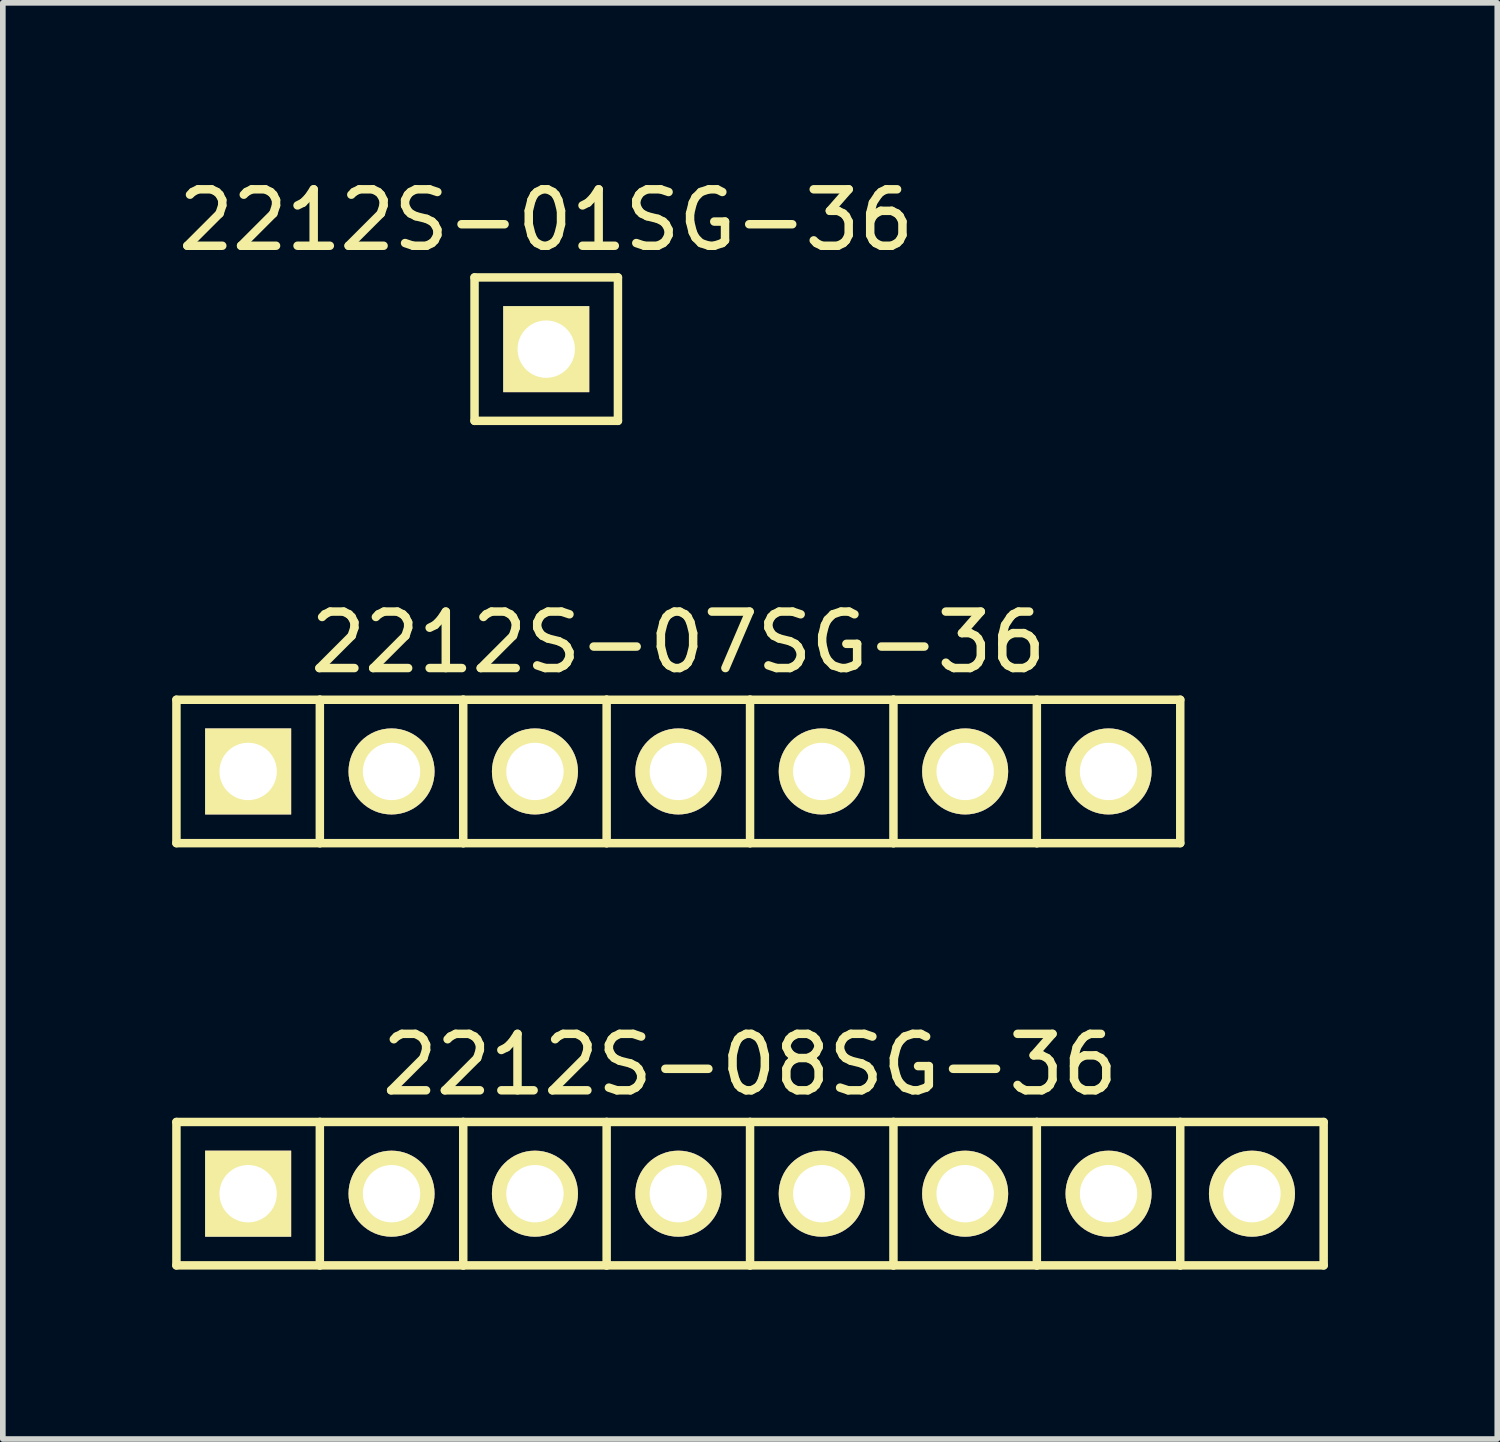
<source format=kicad_pcb>
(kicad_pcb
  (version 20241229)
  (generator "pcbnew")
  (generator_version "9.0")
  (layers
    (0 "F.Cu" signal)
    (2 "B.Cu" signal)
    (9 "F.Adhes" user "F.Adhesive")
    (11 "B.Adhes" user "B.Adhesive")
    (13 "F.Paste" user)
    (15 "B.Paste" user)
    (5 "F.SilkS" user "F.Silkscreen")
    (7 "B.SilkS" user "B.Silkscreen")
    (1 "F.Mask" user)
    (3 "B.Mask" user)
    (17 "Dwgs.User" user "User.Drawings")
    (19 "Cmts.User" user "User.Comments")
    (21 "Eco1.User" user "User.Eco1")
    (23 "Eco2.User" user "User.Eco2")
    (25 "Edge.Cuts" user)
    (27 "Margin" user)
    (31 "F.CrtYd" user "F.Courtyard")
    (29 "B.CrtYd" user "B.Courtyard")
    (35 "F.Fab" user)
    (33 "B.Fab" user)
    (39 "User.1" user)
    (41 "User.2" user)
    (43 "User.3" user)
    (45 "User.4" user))
  (footprint "2212S-01SG-36"
    (layer "F.Cu")
    (at 6.625 3.134)
    (property "Reference" "2212S-01SG-36" (at 0 -2.286 0) (layer "F.SilkS") (effects (font (size 1 1) (thickness 0.15))))
    (attr through_hole)
    (fp_line (start -1.27 -1.27) (end -1.27 1.27) (stroke (width 0.15) (type solid)) (layer "F.SilkS"))
    (fp_line (start -1.27 1.27) (end 1.27 1.27) (stroke (width 0.15) (type solid)) (layer "F.SilkS"))
    (fp_line (start 1.27 -1.27) (end -1.27 -1.27) (stroke (width 0.15) (type solid)) (layer "F.SilkS"))
    (fp_line (start 1.27 1.27) (end 1.27 -1.27) (stroke (width 0.15) (type solid)) (layer "F.SilkS"))
    (pad "1" thru_hole rect (at 0 0) (size 1.524 1.524) (drill 1.016) (layers "*.Cu" "*.Mask" "F.SilkS")))
  (footprint "2212S-08SG-36"
    (layer "F.Cu")
    (at 10.235 18.093)
    (property "Reference" "2212S-08SG-36" (at 0 -2.286 0) (layer "F.SilkS") (effects (font (size 1 1) (thickness 0.15))))
    (attr through_hole)
    (fp_line (start -10.16 -1.27) (end -10.16 1.27) (stroke (width 0.15) (type solid)) (layer "F.SilkS"))
    (fp_line (start -10.16 1.27) (end -7.62 1.27) (stroke (width 0.15) (type solid)) (layer "F.SilkS"))
    (fp_line (start -7.62 -1.27) (end -10.16 -1.27) (stroke (width 0.15) (type solid)) (layer "F.SilkS"))
    (fp_line (start -7.62 -1.27) (end -7.62 1.27) (stroke (width 0.15) (type solid)) (layer "F.SilkS"))
    (fp_line (start -7.62 1.27) (end -5.08 1.27) (stroke (width 0.15) (type solid)) (layer "F.SilkS"))
    (fp_line (start -5.08 -1.27) (end -7.62 -1.27) (stroke (width 0.15) (type solid)) (layer "F.SilkS"))
    (fp_line (start -5.08 -1.27) (end -5.08 1.27) (stroke (width 0.15) (type solid)) (layer "F.SilkS"))
    (fp_line (start -5.08 1.27) (end -2.54 1.27) (stroke (width 0.15) (type solid)) (layer "F.SilkS"))
    (fp_line (start -2.54 -1.27) (end -5.08 -1.27) (stroke (width 0.15) (type solid)) (layer "F.SilkS"))
    (fp_line (start -2.54 -1.27) (end -2.54 1.27) (stroke (width 0.15) (type solid)) (layer "F.SilkS"))
    (fp_line (start -2.54 1.27) (end 0 1.27) (stroke (width 0.15) (type solid)) (layer "F.SilkS"))
    (fp_line (start 0 -1.27) (end -2.54 -1.27) (stroke (width 0.15) (type solid)) (layer "F.SilkS"))
    (fp_line (start 0 1.27) (end 0 -1.27) (stroke (width 0.15) (type solid)) (layer "F.SilkS"))
    (fp_line (start 0 1.27) (end 2.54 1.27) (stroke (width 0.15) (type solid)) (layer "F.SilkS"))
    (fp_line (start 2.54 -1.27) (end 0 -1.27) (stroke (width 0.15) (type solid)) (layer "F.SilkS"))
    (fp_line (start 2.54 1.27) (end 2.54 -1.27) (stroke (width 0.15) (type solid)) (layer "F.SilkS"))
    (fp_line (start 2.54 1.27) (end 5.08 1.27) (stroke (width 0.15) (type solid)) (layer "F.SilkS"))
    (fp_line (start 5.08 -1.27) (end 2.54 -1.27) (stroke (width 0.15) (type solid)) (layer "F.SilkS"))
    (fp_line (start 5.08 -1.27) (end 5.08 1.27) (stroke (width 0.15) (type solid)) (layer "F.SilkS"))
    (fp_line (start 5.08 1.27) (end 7.62 1.27) (stroke (width 0.15) (type solid)) (layer "F.SilkS"))
    (fp_line (start 7.62 -1.27) (end 5.08 -1.27) (stroke (width 0.15) (type solid)) (layer "F.SilkS"))
    (fp_line (start 7.62 1.27) (end 7.62 -1.27) (stroke (width 0.15) (type solid)) (layer "F.SilkS"))
    (fp_line (start 7.62 1.27) (end 10.16 1.27) (stroke (width 0.15) (type solid)) (layer "F.SilkS"))
    (fp_line (start 10.16 -1.27) (end 7.62 -1.27) (stroke (width 0.15) (type solid)) (layer "F.SilkS"))
    (fp_line (start 10.16 1.27) (end 10.16 -1.27) (stroke (width 0.15) (type solid)) (layer "F.SilkS"))
    (pad "1" thru_hole rect (at -8.89 0) (size 1.524 1.524) (drill 1.016) (layers "*.Cu" "*.Mask" "F.SilkS"))
    (pad "2" thru_hole circle (at -6.35 0) (size 1.524 1.524) (drill 1.016) (layers "*.Cu" "*.Mask" "F.SilkS"))
    (pad "3" thru_hole circle (at -3.81 0) (size 1.524 1.524) (drill 1.016) (layers "*.Cu" "*.Mask" "F.SilkS"))
    (pad "4" thru_hole circle (at -1.27 0) (size 1.524 1.524) (drill 1.016) (layers "*.Cu" "*.Mask" "F.SilkS"))
    (pad "5" thru_hole circle (at 1.27 0) (size 1.524 1.524) (drill 1.016) (layers "*.Cu" "*.Mask" "F.SilkS"))
    (pad "6" thru_hole circle (at 3.81 0) (size 1.524 1.524) (drill 1.016) (layers "*.Cu" "*.Mask" "F.SilkS"))
    (pad "7" thru_hole circle (at 6.35 0) (size 1.524 1.524) (drill 1.016) (layers "*.Cu" "*.Mask" "F.SilkS"))
    (pad "8" thru_hole circle (at 8.89 0) (size 1.524 1.524) (drill 1.016) (layers "*.Cu" "*.Mask" "F.SilkS")))
  (footprint "2212S-07SG-36"
    (layer "F.Cu")
    (at 8.965 10.614)
    (property "Reference" "2212S-07SG-36" (at 0 -2.286 0) (layer "F.SilkS") (effects (font (size 1 1) (thickness 0.15))))
    (attr through_hole)
    (fp_line (start -8.89 -1.27) (end -8.89 1.27) (stroke (width 0.15) (type solid)) (layer "F.SilkS"))
    (fp_line (start -8.89 1.27) (end -6.35 1.27) (stroke (width 0.15) (type solid)) (layer "F.SilkS"))
    (fp_line (start -6.35 -1.27) (end -8.89 -1.27) (stroke (width 0.15) (type solid)) (layer "F.SilkS"))
    (fp_line (start -6.35 -1.27) (end -6.35 1.27) (stroke (width 0.15) (type solid)) (layer "F.SilkS"))
    (fp_line (start -6.35 1.27) (end -3.81 1.27) (stroke (width 0.15) (type solid)) (layer "F.SilkS"))
    (fp_line (start -3.81 -1.27) (end -6.35 -1.27) (stroke (width 0.15) (type solid)) (layer "F.SilkS"))
    (fp_line (start -3.81 -1.27) (end -3.81 1.27) (stroke (width 0.15) (type solid)) (layer "F.SilkS"))
    (fp_line (start -3.81 1.27) (end -1.27 1.27) (stroke (width 0.15) (type solid)) (layer "F.SilkS"))
    (fp_line (start -1.27 -1.27) (end -3.81 -1.27) (stroke (width 0.15) (type solid)) (layer "F.SilkS"))
    (fp_line (start -1.27 -1.27) (end -1.27 1.27) (stroke (width 0.15) (type solid)) (layer "F.SilkS"))
    (fp_line (start -1.27 1.27) (end 1.27 1.27) (stroke (width 0.15) (type solid)) (layer "F.SilkS"))
    (fp_line (start 1.27 -1.27) (end -1.27 -1.27) (stroke (width 0.15) (type solid)) (layer "F.SilkS"))
    (fp_line (start 1.27 1.27) (end 1.27 -1.27) (stroke (width 0.15) (type solid)) (layer "F.SilkS"))
    (fp_line (start 1.27 1.27) (end 3.81 1.27) (stroke (width 0.15) (type solid)) (layer "F.SilkS"))
    (fp_line (start 3.81 -1.27) (end 1.27 -1.27) (stroke (width 0.15) (type solid)) (layer "F.SilkS"))
    (fp_line (start 3.81 1.27) (end 3.81 -1.27) (stroke (width 0.15) (type solid)) (layer "F.SilkS"))
    (fp_line (start 3.81 1.27) (end 6.35 1.27) (stroke (width 0.15) (type solid)) (layer "F.SilkS"))
    (fp_line (start 6.35 -1.27) (end 3.81 -1.27) (stroke (width 0.15) (type solid)) (layer "F.SilkS"))
    (fp_line (start 6.35 -1.27) (end 6.35 1.27) (stroke (width 0.15) (type solid)) (layer "F.SilkS"))
    (fp_line (start 6.35 1.27) (end 8.89 1.27) (stroke (width 0.15) (type solid)) (layer "F.SilkS"))
    (fp_line (start 8.89 -1.27) (end 6.35 -1.27) (stroke (width 0.15) (type solid)) (layer "F.SilkS"))
    (fp_line (start 8.89 1.27) (end 8.89 -1.27) (stroke (width 0.15) (type solid)) (layer "F.SilkS"))
    (pad "1" thru_hole rect (at -7.62 0) (size 1.524 1.524) (drill 1.016) (layers "*.Cu" "*.Mask" "F.SilkS"))
    (pad "2" thru_hole circle (at -5.08 0) (size 1.524 1.524) (drill 1.016) (layers "*.Cu" "*.Mask" "F.SilkS"))
    (pad "3" thru_hole circle (at -2.54 0) (size 1.524 1.524) (drill 1.016) (layers "*.Cu" "*.Mask" "F.SilkS"))
    (pad "4" thru_hole circle (at 0 0) (size 1.524 1.524) (drill 1.016) (layers "*.Cu" "*.Mask" "F.SilkS"))
    (pad "5" thru_hole circle (at 2.54 0) (size 1.524 1.524) (drill 1.016) (layers "*.Cu" "*.Mask" "F.SilkS"))
    (pad "6" thru_hole circle (at 5.08 0) (size 1.524 1.524) (drill 1.016) (layers "*.Cu" "*.Mask" "F.SilkS"))
    (pad "7" thru_hole circle (at 7.62 0) (size 1.524 1.524) (drill 1.016) (layers "*.Cu" "*.Mask" "F.SilkS")))
  (gr_rect
    (start -3 -3)
    (end 23.47 22.438)
    (stroke (width 0.1) (type default))
    (fill no)
    (layer "Edge.Cuts")))
</source>
